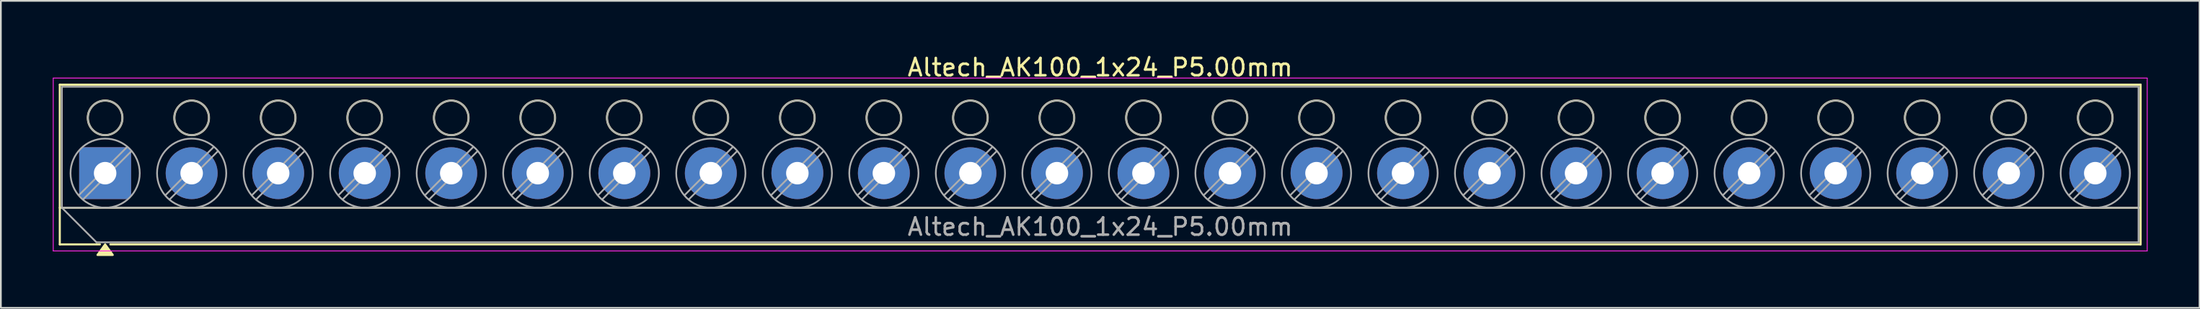
<source format=kicad_pcb>
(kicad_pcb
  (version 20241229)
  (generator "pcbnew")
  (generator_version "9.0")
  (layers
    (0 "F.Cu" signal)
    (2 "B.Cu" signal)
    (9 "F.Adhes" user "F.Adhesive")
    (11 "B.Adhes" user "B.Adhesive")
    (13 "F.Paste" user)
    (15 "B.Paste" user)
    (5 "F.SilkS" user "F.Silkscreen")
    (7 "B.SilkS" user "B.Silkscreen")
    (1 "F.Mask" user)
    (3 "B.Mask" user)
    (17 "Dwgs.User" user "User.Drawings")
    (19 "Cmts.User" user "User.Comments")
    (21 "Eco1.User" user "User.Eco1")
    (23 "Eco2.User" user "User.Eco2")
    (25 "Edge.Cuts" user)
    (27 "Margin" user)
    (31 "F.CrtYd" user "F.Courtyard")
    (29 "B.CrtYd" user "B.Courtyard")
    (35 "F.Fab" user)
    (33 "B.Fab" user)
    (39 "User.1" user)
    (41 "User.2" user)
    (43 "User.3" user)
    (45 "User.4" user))
  (footprint "Altech_AK100_1x24_P5.00mm"
    (layer "F.Cu")
    (at 3.025 6.968)
    (property "Reference" "Altech_AK100_1x24_P5.00mm" (at 57.5 -6.12 0) (layer "F.SilkS") (effects (font (size 1 1) (thickness 0.15))))
    (attr through_hole)
    (fp_line (start -2.62 -5.12) (end 117.62 -5.12) (stroke (width 0.12) (type solid)) (layer "F.SilkS"))
    (fp_line (start -2.62 2) (end 117.62 2) (stroke (width 0.12) (type solid)) (layer "F.SilkS"))
    (fp_line (start -2.62 4.12) (end -2.62 -5.12) (stroke (width 0.12) (type solid)) (layer "F.SilkS"))
    (fp_line (start -0.3 4.12) (end -2.62 4.12) (stroke (width 0.12) (type solid)) (layer "F.SilkS"))
    (fp_line (start 117.62 -5.12) (end 117.62 4.12) (stroke (width 0.12) (type solid)) (layer "F.SilkS"))
    (fp_line (start 117.62 4.12) (end 0.3 4.12) (stroke (width 0.12) (type solid)) (layer "F.SilkS"))
    (fp_circle (center 0 -3.2) (end 1 -3.2) (stroke (width 0.12) (type solid)) (fill no) (layer "F.SilkS"))
    (fp_circle (center 5 -3.2) (end 6 -3.2) (stroke (width 0.12) (type solid)) (fill no) (layer "F.SilkS"))
    (fp_circle (center 10 -3.2) (end 11 -3.2) (stroke (width 0.12) (type solid)) (fill no) (layer "F.SilkS"))
    (fp_circle (center 15 -3.2) (end 16 -3.2) (stroke (width 0.12) (type solid)) (fill no) (layer "F.SilkS"))
    (fp_circle (center 20 -3.2) (end 21 -3.2) (stroke (width 0.12) (type solid)) (fill no) (layer "F.SilkS"))
    (fp_circle (center 25 -3.2) (end 26 -3.2) (stroke (width 0.12) (type solid)) (fill no) (layer "F.SilkS"))
    (fp_circle (center 30 -3.2) (end 31 -3.2) (stroke (width 0.12) (type solid)) (fill no) (layer "F.SilkS"))
    (fp_circle (center 35 -3.2) (end 36 -3.2) (stroke (width 0.12) (type solid)) (fill no) (layer "F.SilkS"))
    (fp_circle (center 40 -3.2) (end 41 -3.2) (stroke (width 0.12) (type solid)) (fill no) (layer "F.SilkS"))
    (fp_circle (center 45 -3.2) (end 46 -3.2) (stroke (width 0.12) (type solid)) (fill no) (layer "F.SilkS"))
    (fp_circle (center 50 -3.2) (end 51 -3.2) (stroke (width 0.12) (type solid)) (fill no) (layer "F.SilkS"))
    (fp_circle (center 55 -3.2) (end 56 -3.2) (stroke (width 0.12) (type solid)) (fill no) (layer "F.SilkS"))
    (fp_circle (center 60 -3.2) (end 61 -3.2) (stroke (width 0.12) (type solid)) (fill no) (layer "F.SilkS"))
    (fp_circle (center 65 -3.2) (end 66 -3.2) (stroke (width 0.12) (type solid)) (fill no) (layer "F.SilkS"))
    (fp_circle (center 70 -3.2) (end 71 -3.2) (stroke (width 0.12) (type solid)) (fill no) (layer "F.SilkS"))
    (fp_circle (center 75 -3.2) (end 76 -3.2) (stroke (width 0.12) (type solid)) (fill no) (layer "F.SilkS"))
    (fp_circle (center 80 -3.2) (end 81 -3.2) (stroke (width 0.12) (type solid)) (fill no) (layer "F.SilkS"))
    (fp_circle (center 85 -3.2) (end 86 -3.2) (stroke (width 0.12) (type solid)) (fill no) (layer "F.SilkS"))
    (fp_circle (center 90 -3.2) (end 91 -3.2) (stroke (width 0.12) (type solid)) (fill no) (layer "F.SilkS"))
    (fp_circle (center 95 -3.2) (end 96 -3.2) (stroke (width 0.12) (type solid)) (fill no) (layer "F.SilkS"))
    (fp_circle (center 100 -3.2) (end 101 -3.2) (stroke (width 0.12) (type solid)) (fill no) (layer "F.SilkS"))
    (fp_circle (center 105 -3.2) (end 106 -3.2) (stroke (width 0.12) (type solid)) (fill no) (layer "F.SilkS"))
    (fp_circle (center 110 -3.2) (end 111 -3.2) (stroke (width 0.12) (type solid)) (fill no) (layer "F.SilkS"))
    (fp_circle (center 115 -3.2) (end 116 -3.2) (stroke (width 0.12) (type solid)) (fill no) (layer "F.SilkS"))
    (fp_poly (pts (xy 0 4.12) (xy 0.44 4.73) (xy -0.44 4.73)) (stroke (width 0.12) (type solid)) (fill yes) (layer "F.SilkS"))
    (fp_line (start -3 -5.5) (end -3 4.5) (stroke (width 0.05) (type solid)) (layer "F.CrtYd"))
    (fp_line (start -3 4.5) (end 118 4.5) (stroke (width 0.05) (type solid)) (layer "F.CrtYd"))
    (fp_line (start 118 -5.5) (end -3 -5.5) (stroke (width 0.05) (type solid)) (layer "F.CrtYd"))
    (fp_line (start 118 4.5) (end 118 -5.5) (stroke (width 0.05) (type solid)) (layer "F.CrtYd"))
    (fp_line (start -2.5 -5) (end 117.5 -5) (stroke (width 0.1) (type solid)) (layer "F.Fab"))
    (fp_line (start -2.5 2) (end -2.5 -5) (stroke (width 0.1) (type solid)) (layer "F.Fab"))
    (fp_line (start -2.5 2) (end 117.5 2) (stroke (width 0.1) (type solid)) (layer "F.Fab"))
    (fp_line (start -0.5 4) (end -2.5 2) (stroke (width 0.1) (type solid)) (layer "F.Fab"))
    (fp_line (start 1.273 -1.517) (end -1.517 1.273) (stroke (width 0.1) (type solid)) (layer "F.Fab"))
    (fp_line (start 1.517 -1.273) (end -1.273 1.517) (stroke (width 0.1) (type solid)) (layer "F.Fab"))
    (fp_line (start 6.273 -1.517) (end 3.483 1.273) (stroke (width 0.1) (type solid)) (layer "F.Fab"))
    (fp_line (start 6.517 -1.273) (end 3.727 1.517) (stroke (width 0.1) (type solid)) (layer "F.Fab"))
    (fp_line (start 11.273 -1.517) (end 8.483 1.273) (stroke (width 0.1) (type solid)) (layer "F.Fab"))
    (fp_line (start 11.517 -1.273) (end 8.727 1.517) (stroke (width 0.1) (type solid)) (layer "F.Fab"))
    (fp_line (start 16.273 -1.517) (end 13.483 1.273) (stroke (width 0.1) (type solid)) (layer "F.Fab"))
    (fp_line (start 16.517 -1.273) (end 13.727 1.517) (stroke (width 0.1) (type solid)) (layer "F.Fab"))
    (fp_line (start 21.273 -1.517) (end 18.483 1.273) (stroke (width 0.1) (type solid)) (layer "F.Fab"))
    (fp_line (start 21.517 -1.273) (end 18.727 1.517) (stroke (width 0.1) (type solid)) (layer "F.Fab"))
    (fp_line (start 26.273 -1.517) (end 23.483 1.273) (stroke (width 0.1) (type solid)) (layer "F.Fab"))
    (fp_line (start 26.517 -1.273) (end 23.727 1.517) (stroke (width 0.1) (type solid)) (layer "F.Fab"))
    (fp_line (start 31.273 -1.517) (end 28.483 1.273) (stroke (width 0.1) (type solid)) (layer "F.Fab"))
    (fp_line (start 31.517 -1.273) (end 28.727 1.517) (stroke (width 0.1) (type solid)) (layer "F.Fab"))
    (fp_line (start 36.273 -1.517) (end 33.483 1.273) (stroke (width 0.1) (type solid)) (layer "F.Fab"))
    (fp_line (start 36.517 -1.273) (end 33.727 1.517) (stroke (width 0.1) (type solid)) (layer "F.Fab"))
    (fp_line (start 41.273 -1.517) (end 38.483 1.273) (stroke (width 0.1) (type solid)) (layer "F.Fab"))
    (fp_line (start 41.517 -1.273) (end 38.727 1.517) (stroke (width 0.1) (type solid)) (layer "F.Fab"))
    (fp_line (start 46.273 -1.517) (end 43.483 1.273) (stroke (width 0.1) (type solid)) (layer "F.Fab"))
    (fp_line (start 46.517 -1.273) (end 43.727 1.517) (stroke (width 0.1) (type solid)) (layer "F.Fab"))
    (fp_line (start 51.273 -1.517) (end 48.483 1.273) (stroke (width 0.1) (type solid)) (layer "F.Fab"))
    (fp_line (start 51.517 -1.273) (end 48.727 1.517) (stroke (width 0.1) (type solid)) (layer "F.Fab"))
    (fp_line (start 56.273 -1.517) (end 53.483 1.273) (stroke (width 0.1) (type solid)) (layer "F.Fab"))
    (fp_line (start 56.517 -1.273) (end 53.727 1.517) (stroke (width 0.1) (type solid)) (layer "F.Fab"))
    (fp_line (start 61.273 -1.517) (end 58.483 1.273) (stroke (width 0.1) (type solid)) (layer "F.Fab"))
    (fp_line (start 61.517 -1.273) (end 58.727 1.517) (stroke (width 0.1) (type solid)) (layer "F.Fab"))
    (fp_line (start 66.273 -1.517) (end 63.483 1.273) (stroke (width 0.1) (type solid)) (layer "F.Fab"))
    (fp_line (start 66.517 -1.273) (end 63.727 1.517) (stroke (width 0.1) (type solid)) (layer "F.Fab"))
    (fp_line (start 71.273 -1.517) (end 68.483 1.273) (stroke (width 0.1) (type solid)) (layer "F.Fab"))
    (fp_line (start 71.517 -1.273) (end 68.727 1.517) (stroke (width 0.1) (type solid)) (layer "F.Fab"))
    (fp_line (start 76.273 -1.517) (end 73.483 1.273) (stroke (width 0.1) (type solid)) (layer "F.Fab"))
    (fp_line (start 76.517 -1.273) (end 73.727 1.517) (stroke (width 0.1) (type solid)) (layer "F.Fab"))
    (fp_line (start 81.273 -1.517) (end 78.483 1.273) (stroke (width 0.1) (type solid)) (layer "F.Fab"))
    (fp_line (start 81.517 -1.273) (end 78.727 1.517) (stroke (width 0.1) (type solid)) (layer "F.Fab"))
    (fp_line (start 86.273 -1.517) (end 83.483 1.273) (stroke (width 0.1) (type solid)) (layer "F.Fab"))
    (fp_line (start 86.517 -1.273) (end 83.727 1.517) (stroke (width 0.1) (type solid)) (layer "F.Fab"))
    (fp_line (start 91.273 -1.517) (end 88.483 1.273) (stroke (width 0.1) (type solid)) (layer "F.Fab"))
    (fp_line (start 91.517 -1.273) (end 88.727 1.517) (stroke (width 0.1) (type solid)) (layer "F.Fab"))
    (fp_line (start 96.273 -1.517) (end 93.483 1.273) (stroke (width 0.1) (type solid)) (layer "F.Fab"))
    (fp_line (start 96.517 -1.273) (end 93.727 1.517) (stroke (width 0.1) (type solid)) (layer "F.Fab"))
    (fp_line (start 101.273 -1.517) (end 98.483 1.273) (stroke (width 0.1) (type solid)) (layer "F.Fab"))
    (fp_line (start 101.517 -1.273) (end 98.727 1.517) (stroke (width 0.1) (type solid)) (layer "F.Fab"))
    (fp_line (start 106.273 -1.517) (end 103.483 1.273) (stroke (width 0.1) (type solid)) (layer "F.Fab"))
    (fp_line (start 106.517 -1.273) (end 103.727 1.517) (stroke (width 0.1) (type solid)) (layer "F.Fab"))
    (fp_line (start 111.273 -1.517) (end 108.483 1.273) (stroke (width 0.1) (type solid)) (layer "F.Fab"))
    (fp_line (start 111.517 -1.273) (end 108.727 1.517) (stroke (width 0.1) (type solid)) (layer "F.Fab"))
    (fp_line (start 116.273 -1.517) (end 113.483 1.273) (stroke (width 0.1) (type solid)) (layer "F.Fab"))
    (fp_line (start 116.517 -1.273) (end 113.727 1.517) (stroke (width 0.1) (type solid)) (layer "F.Fab"))
    (fp_line (start 117.5 -5) (end 117.5 4) (stroke (width 0.1) (type solid)) (layer "F.Fab"))
    (fp_line (start 117.5 4) (end -0.5 4) (stroke (width 0.1) (type solid)) (layer "F.Fab"))
    (fp_circle (center 0 -3.2) (end 1 -3.2) (stroke (width 0.1) (type solid)) (fill no) (layer "F.Fab"))
    (fp_circle (center 0 0) (end 2 0) (stroke (width 0.1) (type solid)) (fill no) (layer "F.Fab"))
    (fp_circle (center 5 -3.2) (end 6 -3.2) (stroke (width 0.1) (type solid)) (fill no) (layer "F.Fab"))
    (fp_circle (center 5 0) (end 7 0) (stroke (width 0.1) (type solid)) (fill no) (layer "F.Fab"))
    (fp_circle (center 10 -3.2) (end 11 -3.2) (stroke (width 0.1) (type solid)) (fill no) (layer "F.Fab"))
    (fp_circle (center 10 0) (end 12 0) (stroke (width 0.1) (type solid)) (fill no) (layer "F.Fab"))
    (fp_circle (center 15 -3.2) (end 16 -3.2) (stroke (width 0.1) (type solid)) (fill no) (layer "F.Fab"))
    (fp_circle (center 15 0) (end 17 0) (stroke (width 0.1) (type solid)) (fill no) (layer "F.Fab"))
    (fp_circle (center 20 -3.2) (end 21 -3.2) (stroke (width 0.1) (type solid)) (fill no) (layer "F.Fab"))
    (fp_circle (center 20 0) (end 22 0) (stroke (width 0.1) (type solid)) (fill no) (layer "F.Fab"))
    (fp_circle (center 25 -3.2) (end 26 -3.2) (stroke (width 0.1) (type solid)) (fill no) (layer "F.Fab"))
    (fp_circle (center 25 0) (end 27 0) (stroke (width 0.1) (type solid)) (fill no) (layer "F.Fab"))
    (fp_circle (center 30 -3.2) (end 31 -3.2) (stroke (width 0.1) (type solid)) (fill no) (layer "F.Fab"))
    (fp_circle (center 30 0) (end 32 0) (stroke (width 0.1) (type solid)) (fill no) (layer "F.Fab"))
    (fp_circle (center 35 -3.2) (end 36 -3.2) (stroke (width 0.1) (type solid)) (fill no) (layer "F.Fab"))
    (fp_circle (center 35 0) (end 37 0) (stroke (width 0.1) (type solid)) (fill no) (layer "F.Fab"))
    (fp_circle (center 40 -3.2) (end 41 -3.2) (stroke (width 0.1) (type solid)) (fill no) (layer "F.Fab"))
    (fp_circle (center 40 0) (end 42 0) (stroke (width 0.1) (type solid)) (fill no) (layer "F.Fab"))
    (fp_circle (center 45 -3.2) (end 46 -3.2) (stroke (width 0.1) (type solid)) (fill no) (layer "F.Fab"))
    (fp_circle (center 45 0) (end 47 0) (stroke (width 0.1) (type solid)) (fill no) (layer "F.Fab"))
    (fp_circle (center 50 -3.2) (end 51 -3.2) (stroke (width 0.1) (type solid)) (fill no) (layer "F.Fab"))
    (fp_circle (center 50 0) (end 52 0) (stroke (width 0.1) (type solid)) (fill no) (layer "F.Fab"))
    (fp_circle (center 55 -3.2) (end 56 -3.2) (stroke (width 0.1) (type solid)) (fill no) (layer "F.Fab"))
    (fp_circle (center 55 0) (end 57 0) (stroke (width 0.1) (type solid)) (fill no) (layer "F.Fab"))
    (fp_circle (center 60 -3.2) (end 61 -3.2) (stroke (width 0.1) (type solid)) (fill no) (layer "F.Fab"))
    (fp_circle (center 60 0) (end 62 0) (stroke (width 0.1) (type solid)) (fill no) (layer "F.Fab"))
    (fp_circle (center 65 -3.2) (end 66 -3.2) (stroke (width 0.1) (type solid)) (fill no) (layer "F.Fab"))
    (fp_circle (center 65 0) (end 67 0) (stroke (width 0.1) (type solid)) (fill no) (layer "F.Fab"))
    (fp_circle (center 70 -3.2) (end 71 -3.2) (stroke (width 0.1) (type solid)) (fill no) (layer "F.Fab"))
    (fp_circle (center 70 0) (end 72 0) (stroke (width 0.1) (type solid)) (fill no) (layer "F.Fab"))
    (fp_circle (center 75 -3.2) (end 76 -3.2) (stroke (width 0.1) (type solid)) (fill no) (layer "F.Fab"))
    (fp_circle (center 75 0) (end 77 0) (stroke (width 0.1) (type solid)) (fill no) (layer "F.Fab"))
    (fp_circle (center 80 -3.2) (end 81 -3.2) (stroke (width 0.1) (type solid)) (fill no) (layer "F.Fab"))
    (fp_circle (center 80 0) (end 82 0) (stroke (width 0.1) (type solid)) (fill no) (layer "F.Fab"))
    (fp_circle (center 85 -3.2) (end 86 -3.2) (stroke (width 0.1) (type solid)) (fill no) (layer "F.Fab"))
    (fp_circle (center 85 0) (end 87 0) (stroke (width 0.1) (type solid)) (fill no) (layer "F.Fab"))
    (fp_circle (center 90 -3.2) (end 91 -3.2) (stroke (width 0.1) (type solid)) (fill no) (layer "F.Fab"))
    (fp_circle (center 90 0) (end 92 0) (stroke (width 0.1) (type solid)) (fill no) (layer "F.Fab"))
    (fp_circle (center 95 -3.2) (end 96 -3.2) (stroke (width 0.1) (type solid)) (fill no) (layer "F.Fab"))
    (fp_circle (center 95 0) (end 97 0) (stroke (width 0.1) (type solid)) (fill no) (layer "F.Fab"))
    (fp_circle (center 100 -3.2) (end 101 -3.2) (stroke (width 0.1) (type solid)) (fill no) (layer "F.Fab"))
    (fp_circle (center 100 0) (end 102 0) (stroke (width 0.1) (type solid)) (fill no) (layer "F.Fab"))
    (fp_circle (center 105 -3.2) (end 106 -3.2) (stroke (width 0.1) (type solid)) (fill no) (layer "F.Fab"))
    (fp_circle (center 105 0) (end 107 0) (stroke (width 0.1) (type solid)) (fill no) (layer "F.Fab"))
    (fp_circle (center 110 -3.2) (end 111 -3.2) (stroke (width 0.1) (type solid)) (fill no) (layer "F.Fab"))
    (fp_circle (center 110 0) (end 112 0) (stroke (width 0.1) (type solid)) (fill no) (layer "F.Fab"))
    (fp_circle (center 115 -3.2) (end 116 -3.2) (stroke (width 0.1) (type solid)) (fill no) (layer "F.Fab"))
    (fp_circle (center 115 0) (end 117 0) (stroke (width 0.1) (type solid)) (fill no) (layer "F.Fab"))
    (fp_text user "${REFERENCE}" (at 57.5 3.1 0) (layer "F.Fab") (effects (font (size 1 1) (thickness 0.15))))
    (pad "1" thru_hole roundrect (at 0 0) (size 3 3) (drill 1.3) (layers "*.Cu" "*.Mask") (roundrect_rratio 0.083))
    (pad "2" thru_hole circle (at 5 0) (size 3 3) (drill 1.3) (layers "*.Cu" "*.Mask"))
    (pad "3" thru_hole circle (at 10 0) (size 3 3) (drill 1.3) (layers "*.Cu" "*.Mask"))
    (pad "4" thru_hole circle (at 15 0) (size 3 3) (drill 1.3) (layers "*.Cu" "*.Mask"))
    (pad "5" thru_hole circle (at 20 0) (size 3 3) (drill 1.3) (layers "*.Cu" "*.Mask"))
    (pad "6" thru_hole circle (at 25 0) (size 3 3) (drill 1.3) (layers "*.Cu" "*.Mask"))
    (pad "7" thru_hole circle (at 30 0) (size 3 3) (drill 1.3) (layers "*.Cu" "*.Mask"))
    (pad "8" thru_hole circle (at 35 0) (size 3 3) (drill 1.3) (layers "*.Cu" "*.Mask"))
    (pad "9" thru_hole circle (at 40 0) (size 3 3) (drill 1.3) (layers "*.Cu" "*.Mask"))
    (pad "10" thru_hole circle (at 45 0) (size 3 3) (drill 1.3) (layers "*.Cu" "*.Mask"))
    (pad "11" thru_hole circle (at 50 0) (size 3 3) (drill 1.3) (layers "*.Cu" "*.Mask"))
    (pad "12" thru_hole circle (at 55 0) (size 3 3) (drill 1.3) (layers "*.Cu" "*.Mask"))
    (pad "13" thru_hole circle (at 60 0) (size 3 3) (drill 1.3) (layers "*.Cu" "*.Mask"))
    (pad "14" thru_hole circle (at 65 0) (size 3 3) (drill 1.3) (layers "*.Cu" "*.Mask"))
    (pad "15" thru_hole circle (at 70 0) (size 3 3) (drill 1.3) (layers "*.Cu" "*.Mask"))
    (pad "16" thru_hole circle (at 75 0) (size 3 3) (drill 1.3) (layers "*.Cu" "*.Mask"))
    (pad "17" thru_hole circle (at 80 0) (size 3 3) (drill 1.3) (layers "*.Cu" "*.Mask"))
    (pad "18" thru_hole circle (at 85 0) (size 3 3) (drill 1.3) (layers "*.Cu" "*.Mask"))
    (pad "19" thru_hole circle (at 90 0) (size 3 3) (drill 1.3) (layers "*.Cu" "*.Mask"))
    (pad "20" thru_hole circle (at 95 0) (size 3 3) (drill 1.3) (layers "*.Cu" "*.Mask"))
    (pad "21" thru_hole circle (at 100 0) (size 3 3) (drill 1.3) (layers "*.Cu" "*.Mask"))
    (pad "22" thru_hole circle (at 105 0) (size 3 3) (drill 1.3) (layers "*.Cu" "*.Mask"))
    (pad "23" thru_hole circle (at 110 0) (size 3 3) (drill 1.3) (layers "*.Cu" "*.Mask"))
    (pad "24" thru_hole circle (at 115 0) (size 3 3) (drill 1.3) (layers "*.Cu" "*.Mask")))
  (gr_rect
    (start -3 -3)
    (end 124.05 14.758)
    (stroke (width 0.1) (type default))
    (fill no)
    (layer "Edge.Cuts")))
</source>
